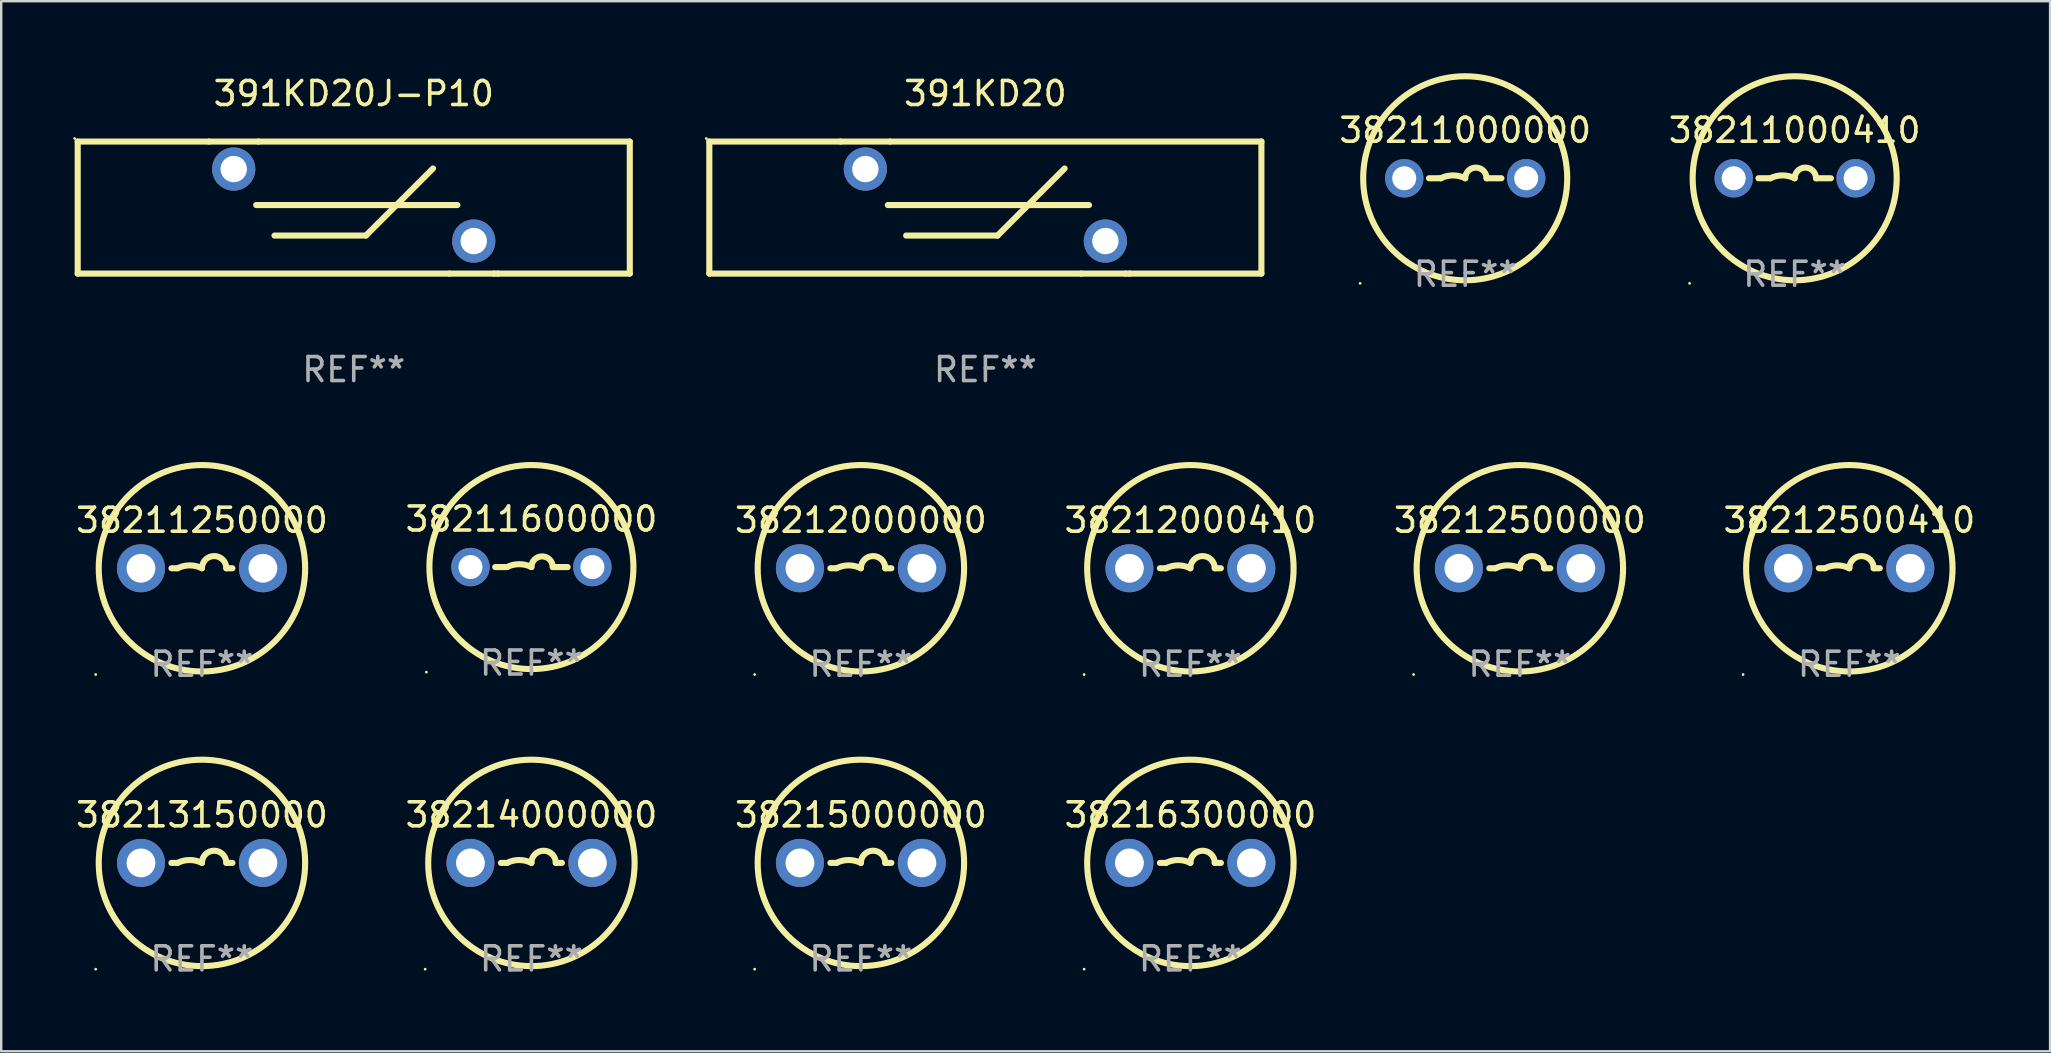
<source format=kicad_pcb>
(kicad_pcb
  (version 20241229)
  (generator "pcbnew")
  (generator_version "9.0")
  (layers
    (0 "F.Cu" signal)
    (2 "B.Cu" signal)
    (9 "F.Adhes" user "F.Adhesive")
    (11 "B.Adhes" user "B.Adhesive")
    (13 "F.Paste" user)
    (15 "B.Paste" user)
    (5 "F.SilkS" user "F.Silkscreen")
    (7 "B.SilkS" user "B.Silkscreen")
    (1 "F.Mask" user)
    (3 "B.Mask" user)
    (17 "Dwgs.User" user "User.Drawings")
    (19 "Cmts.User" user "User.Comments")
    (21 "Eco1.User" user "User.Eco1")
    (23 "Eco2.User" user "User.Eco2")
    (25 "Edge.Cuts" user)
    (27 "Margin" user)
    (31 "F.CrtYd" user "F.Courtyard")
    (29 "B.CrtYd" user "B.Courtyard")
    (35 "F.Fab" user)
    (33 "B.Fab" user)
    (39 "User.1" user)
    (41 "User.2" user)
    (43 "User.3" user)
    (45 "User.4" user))
  (footprint "391KD20J-P10"
    (layer "F.Cu")
    (at 11.687 5.598)
    (property "Reference" "391KD20J-P10" (at 0 -4.75 0) (layer "F.SilkS") (effects (font (size 1 1) (thickness 0.15))))
    (attr through_hole)
    (fp_line (start -11.5 -2.75) (end -6.031 -2.75) (stroke (width 0.254) (type solid)) (layer "F.SilkS"))
    (fp_line (start -11.5 2.75) (end -11.5 -2.75) (stroke (width 0.254) (type solid)) (layer "F.SilkS"))
    (fp_line (start -6.031 -2.75) (end -3.969 -2.75) (stroke (width 0.254) (type solid)) (layer "F.SilkS"))
    (fp_line (start -4.064 -0.105) (end 4.318 -0.105) (stroke (width 0.254) (type solid)) (layer "F.SilkS"))
    (fp_line (start -3.969 -2.75) (end 11.5 -2.75) (stroke (width 0.254) (type solid)) (layer "F.SilkS"))
    (fp_line (start -3.302 1.165) (end 0.508 1.165) (stroke (width 0.254) (type solid)) (layer "F.SilkS"))
    (fp_line (start 0.508 1.165) (end 3.302 -1.629) (stroke (width 0.254) (type solid)) (layer "F.SilkS"))
    (fp_line (start 3.991 2.75) (end -11.5 2.75) (stroke (width 0.254) (type solid)) (layer "F.SilkS"))
    (fp_line (start 3.991 2.75) (end 5.842 2.75) (stroke (width 0.254) (type solid)) (layer "F.SilkS"))
    (fp_line (start 5.842 2.75) (end 6.009 2.75) (stroke (width 0.254) (type solid)) (layer "F.SilkS"))
    (fp_line (start 11.5 -2.75) (end 11.5 2.75) (stroke (width 0.254) (type solid)) (layer "F.SilkS"))
    (fp_line (start 11.5 2.75) (end 6.009 2.75) (stroke (width 0.254) (type solid)) (layer "F.SilkS"))
    (fp_circle (center -11.627 -2.877) (end -11.597 -2.877) (stroke (width 0.06) (type solid)) (fill no) (layer "F.SilkS"))
    (fp_text user "REF**" (at 0 6.75 0) (layer "F.Fab") (effects (font (size 1 1) (thickness 0.15))))
    (pad "1" thru_hole circle (at -5 -1.605) (size 1.8 1.8) (drill 1.1) (layers "*.Cu" "*.Mask"))
    (pad "2" thru_hole circle (at 5 1.395) (size 1.8 1.8) (drill 1.1) (layers "*.Cu" "*.Mask")))
  (footprint "38211000000"
    (layer "F.Cu")
    (at 57.991 4.377)
    (property "Reference" "38211000000" (at 0 -2 0) (layer "F.SilkS") (effects (font (size 1 1) (thickness 0.15))))
    (attr through_hole)
    (fp_line (start -1.509 0) (end -1.016 0) (stroke (width 0.254) (type solid)) (layer "F.SilkS"))
    (fp_line (start 1.509 0) (end 0.889 0) (stroke (width 0.254) (type solid)) (layer "F.SilkS"))
    (fp_arc (start -1.016002 0) (mid -0.508001 -0.119923) (end 0 0) (stroke (width 0.254001) (type solid)) (layer "F.SilkS"))
    (fp_arc (start 0 0) (mid 0.444501 -0.444501) (end 0.889002 0) (stroke (width 0.254001) (type solid)) (layer "F.SilkS"))
    (fp_circle (center -4.377 4.377) (end -4.347 4.377) (stroke (width 0.06) (type solid)) (fill no) (layer "F.SilkS"))
    (fp_circle (center 0 0) (end 4.25 0) (stroke (width 0.254) (type solid)) (fill no) (layer "F.SilkS"))
    (fp_text user "REF**" (at 0 4 0) (layer "F.Fab") (effects (font (size 1 1) (thickness 0.15))))
    (pad "1" thru_hole circle (at -2.54 0) (size 1.6 1.6) (drill 1) (layers "*.Cu" "*.Mask"))
    (pad "2" thru_hole circle (at 2.54 0) (size 1.6 1.6) (drill 1) (layers "*.Cu" "*.Mask")))
  (footprint "38211000410"
    (layer "F.Cu")
    (at 71.717 4.377)
    (property "Reference" "38211000410" (at 0 -2 0) (layer "F.SilkS") (effects (font (size 1 1) (thickness 0.15))))
    (attr through_hole)
    (fp_line (start -1.509 0) (end -1.016 0) (stroke (width 0.254) (type solid)) (layer "F.SilkS"))
    (fp_line (start 1.509 0) (end 0.889 0) (stroke (width 0.254) (type solid)) (layer "F.SilkS"))
    (fp_arc (start -1.016002 0) (mid -0.508001 -0.119923) (end 0 0) (stroke (width 0.254001) (type solid)) (layer "F.SilkS"))
    (fp_arc (start 0 0) (mid 0.444501 -0.444501) (end 0.889002 0) (stroke (width 0.254001) (type solid)) (layer "F.SilkS"))
    (fp_circle (center -4.377 4.377) (end -4.347 4.377) (stroke (width 0.06) (type solid)) (fill no) (layer "F.SilkS"))
    (fp_circle (center 0 0) (end 4.25 0) (stroke (width 0.254) (type solid)) (fill no) (layer "F.SilkS"))
    (fp_text user "REF**" (at 0 4 0) (layer "F.Fab") (effects (font (size 1 1) (thickness 0.15))))
    (pad "1" thru_hole circle (at -2.54 0) (size 1.6 1.6) (drill 1) (layers "*.Cu" "*.Mask"))
    (pad "2" thru_hole circle (at 2.54 0) (size 1.6 1.6) (drill 1) (layers "*.Cu" "*.Mask")))
  (footprint "38212000000"
    (layer "F.Cu")
    (at 32.815 20.624)
    (property "Reference" "38212000000" (at 0 -2 0) (layer "F.SilkS") (effects (font (size 1 1) (thickness 0.15))))
    (attr through_hole)
    (fp_line (start -1.016 0) (end -1.27 0) (stroke (width 0.254) (type solid)) (layer "F.SilkS"))
    (fp_line (start 1.016 0) (end 1.27 0) (stroke (width 0.254) (type solid)) (layer "F.SilkS"))
    (fp_arc (start -1.016002 0) (mid -0.508001 -0.119923) (end 0 0) (stroke (width 0.254001) (type solid)) (layer "F.SilkS"))
    (fp_arc (start 0 0) (mid 0.508001 -0.508001) (end 1.016002 0) (stroke (width 0.254001) (type solid)) (layer "F.SilkS"))
    (fp_circle (center -4.427 4.427) (end -4.397 4.427) (stroke (width 0.06) (type solid)) (fill no) (layer "F.SilkS"))
    (fp_circle (center 0 0) (end 4.3 0) (stroke (width 0.254) (type solid)) (fill no) (layer "F.SilkS"))
    (fp_text user "REF**" (at 0 4 0) (layer "F.Fab") (effects (font (size 1 1) (thickness 0.15))))
    (pad "1" thru_hole circle (at -2.54 0) (size 2 2) (drill 1.2) (layers "*.Cu" "*.Mask"))
    (pad "2" thru_hole circle (at 2.54 0) (size 2 2) (drill 1.2) (layers "*.Cu" "*.Mask")))
  (footprint "38211250000"
    (layer "F.Cu")
    (at 5.363 20.624)
    (property "Reference" "38211250000" (at 0 -2 0) (layer "F.SilkS") (effects (font (size 1 1) (thickness 0.15))))
    (attr through_hole)
    (fp_line (start -1.016 0) (end -1.27 0) (stroke (width 0.254) (type solid)) (layer "F.SilkS"))
    (fp_line (start 1.016 0) (end 1.27 0) (stroke (width 0.254) (type solid)) (layer "F.SilkS"))
    (fp_arc (start -1.016002 0) (mid -0.508001 -0.119923) (end 0 0) (stroke (width 0.254001) (type solid)) (layer "F.SilkS"))
    (fp_arc (start 0 0) (mid 0.508001 -0.508001) (end 1.016002 0) (stroke (width 0.254001) (type solid)) (layer "F.SilkS"))
    (fp_circle (center -4.427 4.427) (end -4.397 4.427) (stroke (width 0.06) (type solid)) (fill no) (layer "F.SilkS"))
    (fp_circle (center 0 0) (end 4.3 0) (stroke (width 0.254) (type solid)) (fill no) (layer "F.SilkS"))
    (fp_text user "REF**" (at 0 4 0) (layer "F.Fab") (effects (font (size 1 1) (thickness 0.15))))
    (pad "1" thru_hole circle (at -2.54 0) (size 2 2) (drill 1.2) (layers "*.Cu" "*.Mask"))
    (pad "2" thru_hole circle (at 2.54 0) (size 2 2) (drill 1.2) (layers "*.Cu" "*.Mask")))
  (footprint "38215000000"
    (layer "F.Cu")
    (at 32.815 32.899)
    (property "Reference" "38215000000" (at 0 -2 0) (layer "F.SilkS") (effects (font (size 1 1) (thickness 0.15))))
    (attr through_hole)
    (fp_line (start -1.016 0) (end -1.27 0) (stroke (width 0.254) (type solid)) (layer "F.SilkS"))
    (fp_line (start 1.016 0) (end 1.27 0) (stroke (width 0.254) (type solid)) (layer "F.SilkS"))
    (fp_arc (start -1.016002 0) (mid -0.508001 -0.119923) (end 0 0) (stroke (width 0.254001) (type solid)) (layer "F.SilkS"))
    (fp_arc (start 0 0) (mid 0.508001 -0.508001) (end 1.016002 0) (stroke (width 0.254001) (type solid)) (layer "F.SilkS"))
    (fp_circle (center -4.427 4.427) (end -4.397 4.427) (stroke (width 0.06) (type solid)) (fill no) (layer "F.SilkS"))
    (fp_circle (center 0 0) (end 4.3 0) (stroke (width 0.254) (type solid)) (fill no) (layer "F.SilkS"))
    (fp_text user "REF**" (at 0 4 0) (layer "F.Fab") (effects (font (size 1 1) (thickness 0.15))))
    (pad "1" thru_hole circle (at -2.54 0) (size 2 2) (drill 1.2) (layers "*.Cu" "*.Mask"))
    (pad "2" thru_hole circle (at 2.54 0) (size 2 2) (drill 1.2) (layers "*.Cu" "*.Mask")))
  (footprint "38211600000"
    (layer "F.Cu")
    (at 19.089 20.574)
    (property "Reference" "38211600000" (at 0 -2 0) (layer "F.SilkS") (effects (font (size 1 1) (thickness 0.15))))
    (attr through_hole)
    (fp_line (start -1.509 0) (end -1.016 0) (stroke (width 0.254) (type solid)) (layer "F.SilkS"))
    (fp_line (start 1.509 0) (end 0.889 0) (stroke (width 0.254) (type solid)) (layer "F.SilkS"))
    (fp_arc (start -1.016002 0) (mid -0.508001 -0.119923) (end 0 0) (stroke (width 0.254001) (type solid)) (layer "F.SilkS"))
    (fp_arc (start 0 0) (mid 0.444501 -0.444501) (end 0.889002 0) (stroke (width 0.254001) (type solid)) (layer "F.SilkS"))
    (fp_circle (center -4.377 4.377) (end -4.347 4.377) (stroke (width 0.06) (type solid)) (fill no) (layer "F.SilkS"))
    (fp_circle (center 0 0) (end 4.25 0) (stroke (width 0.254) (type solid)) (fill no) (layer "F.SilkS"))
    (fp_text user "REF**" (at 0 4 0) (layer "F.Fab") (effects (font (size 1 1) (thickness 0.15))))
    (pad "1" thru_hole circle (at -2.54 0) (size 1.6 1.6) (drill 1) (layers "*.Cu" "*.Mask"))
    (pad "2" thru_hole circle (at 2.54 0) (size 1.6 1.6) (drill 1) (layers "*.Cu" "*.Mask")))
  (footprint "38212000410"
    (layer "F.Cu")
    (at 46.542 20.624)
    (property "Reference" "38212000410" (at 0 -2 0) (layer "F.SilkS") (effects (font (size 1 1) (thickness 0.15))))
    (attr through_hole)
    (fp_line (start -1.016 0) (end -1.27 0) (stroke (width 0.254) (type solid)) (layer "F.SilkS"))
    (fp_line (start 1.016 0) (end 1.27 0) (stroke (width 0.254) (type solid)) (layer "F.SilkS"))
    (fp_arc (start -1.016002 0) (mid -0.508001 -0.119923) (end 0 0) (stroke (width 0.254001) (type solid)) (layer "F.SilkS"))
    (fp_arc (start 0 0) (mid 0.508001 -0.508001) (end 1.016002 0) (stroke (width 0.254001) (type solid)) (layer "F.SilkS"))
    (fp_circle (center -4.427 4.427) (end -4.397 4.427) (stroke (width 0.06) (type solid)) (fill no) (layer "F.SilkS"))
    (fp_circle (center 0 0) (end 4.3 0) (stroke (width 0.254) (type solid)) (fill no) (layer "F.SilkS"))
    (fp_text user "REF**" (at 0 4 0) (layer "F.Fab") (effects (font (size 1 1) (thickness 0.15))))
    (pad "1" thru_hole circle (at -2.54 0) (size 2 2) (drill 1.2) (layers "*.Cu" "*.Mask"))
    (pad "2" thru_hole circle (at 2.54 0) (size 2 2) (drill 1.2) (layers "*.Cu" "*.Mask")))
  (footprint "38216300000"
    (layer "F.Cu")
    (at 46.542 32.899)
    (property "Reference" "38216300000" (at 0 -2 0) (layer "F.SilkS") (effects (font (size 1 1) (thickness 0.15))))
    (attr through_hole)
    (fp_line (start -1.016 0) (end -1.27 0) (stroke (width 0.254) (type solid)) (layer "F.SilkS"))
    (fp_line (start 1.016 0) (end 1.27 0) (stroke (width 0.254) (type solid)) (layer "F.SilkS"))
    (fp_arc (start -1.016002 0) (mid -0.508001 -0.119923) (end 0 0) (stroke (width 0.254001) (type solid)) (layer "F.SilkS"))
    (fp_arc (start 0 0) (mid 0.508001 -0.508001) (end 1.016002 0) (stroke (width 0.254001) (type solid)) (layer "F.SilkS"))
    (fp_circle (center -4.427 4.427) (end -4.397 4.427) (stroke (width 0.06) (type solid)) (fill no) (layer "F.SilkS"))
    (fp_circle (center 0 0) (end 4.3 0) (stroke (width 0.254) (type solid)) (fill no) (layer "F.SilkS"))
    (fp_text user "REF**" (at 0 4 0) (layer "F.Fab") (effects (font (size 1 1) (thickness 0.15))))
    (pad "1" thru_hole circle (at -2.54 0) (size 2 2) (drill 1.2) (layers "*.Cu" "*.Mask"))
    (pad "2" thru_hole circle (at 2.54 0) (size 2 2) (drill 1.2) (layers "*.Cu" "*.Mask")))
  (footprint "38212500000"
    (layer "F.Cu")
    (at 60.268 20.624)
    (property "Reference" "38212500000" (at 0 -2 0) (layer "F.SilkS") (effects (font (size 1 1) (thickness 0.15))))
    (attr through_hole)
    (fp_line (start -1.016 0) (end -1.27 0) (stroke (width 0.254) (type solid)) (layer "F.SilkS"))
    (fp_line (start 1.016 0) (end 1.27 0) (stroke (width 0.254) (type solid)) (layer "F.SilkS"))
    (fp_arc (start -1.016002 0) (mid -0.508001 -0.119923) (end 0 0) (stroke (width 0.254001) (type solid)) (layer "F.SilkS"))
    (fp_arc (start 0 0) (mid 0.508001 -0.508001) (end 1.016002 0) (stroke (width 0.254001) (type solid)) (layer "F.SilkS"))
    (fp_circle (center -4.427 4.427) (end -4.397 4.427) (stroke (width 0.06) (type solid)) (fill no) (layer "F.SilkS"))
    (fp_circle (center 0 0) (end 4.3 0) (stroke (width 0.254) (type solid)) (fill no) (layer "F.SilkS"))
    (fp_text user "REF**" (at 0 4 0) (layer "F.Fab") (effects (font (size 1 1) (thickness 0.15))))
    (pad "1" thru_hole circle (at -2.54 0) (size 2 2) (drill 1.2) (layers "*.Cu" "*.Mask"))
    (pad "2" thru_hole circle (at 2.54 0) (size 2 2) (drill 1.2) (layers "*.Cu" "*.Mask")))
  (footprint "38213150000"
    (layer "F.Cu")
    (at 5.363 32.899)
    (property "Reference" "38213150000" (at 0 -2 0) (layer "F.SilkS") (effects (font (size 1 1) (thickness 0.15))))
    (attr through_hole)
    (fp_line (start -1.016 0) (end -1.27 0) (stroke (width 0.254) (type solid)) (layer "F.SilkS"))
    (fp_line (start 1.016 0) (end 1.27 0) (stroke (width 0.254) (type solid)) (layer "F.SilkS"))
    (fp_arc (start -1.016002 0) (mid -0.508001 -0.119923) (end 0 0) (stroke (width 0.254001) (type solid)) (layer "F.SilkS"))
    (fp_arc (start 0 0) (mid 0.508001 -0.508001) (end 1.016002 0) (stroke (width 0.254001) (type solid)) (layer "F.SilkS"))
    (fp_circle (center -4.427 4.427) (end -4.397 4.427) (stroke (width 0.06) (type solid)) (fill no) (layer "F.SilkS"))
    (fp_circle (center 0 0) (end 4.3 0) (stroke (width 0.254) (type solid)) (fill no) (layer "F.SilkS"))
    (fp_text user "REF**" (at 0 4 0) (layer "F.Fab") (effects (font (size 1 1) (thickness 0.15))))
    (pad "1" thru_hole circle (at -2.54 0) (size 2 2) (drill 1.2) (layers "*.Cu" "*.Mask"))
    (pad "2" thru_hole circle (at 2.54 0) (size 2 2) (drill 1.2) (layers "*.Cu" "*.Mask")))
  (footprint "38212500410"
    (layer "F.Cu")
    (at 73.994 20.624)
    (property "Reference" "38212500410" (at 0 -2 0) (layer "F.SilkS") (effects (font (size 1 1) (thickness 0.15))))
    (attr through_hole)
    (fp_line (start -1.016 0) (end -1.27 0) (stroke (width 0.254) (type solid)) (layer "F.SilkS"))
    (fp_line (start 1.016 0) (end 1.27 0) (stroke (width 0.254) (type solid)) (layer "F.SilkS"))
    (fp_arc (start -1.016002 0) (mid -0.508001 -0.119923) (end 0 0) (stroke (width 0.254001) (type solid)) (layer "F.SilkS"))
    (fp_arc (start 0 0) (mid 0.508001 -0.508001) (end 1.016002 0) (stroke (width 0.254001) (type solid)) (layer "F.SilkS"))
    (fp_circle (center -4.427 4.427) (end -4.397 4.427) (stroke (width 0.06) (type solid)) (fill no) (layer "F.SilkS"))
    (fp_circle (center 0 0) (end 4.3 0) (stroke (width 0.254) (type solid)) (fill no) (layer "F.SilkS"))
    (fp_text user "REF**" (at 0 4 0) (layer "F.Fab") (effects (font (size 1 1) (thickness 0.15))))
    (pad "1" thru_hole circle (at -2.54 0) (size 2 2) (drill 1.2) (layers "*.Cu" "*.Mask"))
    (pad "2" thru_hole circle (at 2.54 0) (size 2 2) (drill 1.2) (layers "*.Cu" "*.Mask")))
  (footprint "38214000000"
    (layer "F.Cu")
    (at 19.089 32.899)
    (property "Reference" "38214000000" (at 0 -2 0) (layer "F.SilkS") (effects (font (size 1 1) (thickness 0.15))))
    (attr through_hole)
    (fp_line (start -1.016 0) (end -1.27 0) (stroke (width 0.254) (type solid)) (layer "F.SilkS"))
    (fp_line (start 1.016 0) (end 1.27 0) (stroke (width 0.254) (type solid)) (layer "F.SilkS"))
    (fp_arc (start -1.016002 0) (mid -0.508001 -0.119923) (end 0 0) (stroke (width 0.254001) (type solid)) (layer "F.SilkS"))
    (fp_arc (start 0 0) (mid 0.508001 -0.508001) (end 1.016002 0) (stroke (width 0.254001) (type solid)) (layer "F.SilkS"))
    (fp_circle (center -4.427 4.427) (end -4.397 4.427) (stroke (width 0.06) (type solid)) (fill no) (layer "F.SilkS"))
    (fp_circle (center 0 0) (end 4.3 0) (stroke (width 0.254) (type solid)) (fill no) (layer "F.SilkS"))
    (fp_text user "REF**" (at 0 4 0) (layer "F.Fab") (effects (font (size 1 1) (thickness 0.15))))
    (pad "1" thru_hole circle (at -2.54 0) (size 2 2) (drill 1.2) (layers "*.Cu" "*.Mask"))
    (pad "2" thru_hole circle (at 2.54 0) (size 2 2) (drill 1.2) (layers "*.Cu" "*.Mask")))
  (footprint "391KD20"
    (layer "F.Cu")
    (at 38.001 5.598)
    (property "Reference" "391KD20" (at 0 -4.75 0) (layer "F.SilkS") (effects (font (size 1 1) (thickness 0.15))))
    (attr through_hole)
    (fp_line (start -11.5 -2.75) (end -6.031 -2.75) (stroke (width 0.254) (type solid)) (layer "F.SilkS"))
    (fp_line (start -11.5 2.75) (end -11.5 -2.75) (stroke (width 0.254) (type solid)) (layer "F.SilkS"))
    (fp_line (start -6.031 -2.75) (end -3.969 -2.75) (stroke (width 0.254) (type solid)) (layer "F.SilkS"))
    (fp_line (start -4.064 -0.105) (end 4.318 -0.105) (stroke (width 0.254) (type solid)) (layer "F.SilkS"))
    (fp_line (start -3.969 -2.75) (end 11.5 -2.75) (stroke (width 0.254) (type solid)) (layer "F.SilkS"))
    (fp_line (start -3.302 1.165) (end 0.508 1.165) (stroke (width 0.254) (type solid)) (layer "F.SilkS"))
    (fp_line (start 0.508 1.165) (end 3.302 -1.629) (stroke (width 0.254) (type solid)) (layer "F.SilkS"))
    (fp_line (start 3.991 2.75) (end -11.5 2.75) (stroke (width 0.254) (type solid)) (layer "F.SilkS"))
    (fp_line (start 3.991 2.75) (end 5.842 2.75) (stroke (width 0.254) (type solid)) (layer "F.SilkS"))
    (fp_line (start 5.842 2.75) (end 6.009 2.75) (stroke (width 0.254) (type solid)) (layer "F.SilkS"))
    (fp_line (start 11.5 -2.75) (end 11.5 2.75) (stroke (width 0.254) (type solid)) (layer "F.SilkS"))
    (fp_line (start 11.5 2.75) (end 6.009 2.75) (stroke (width 0.254) (type solid)) (layer "F.SilkS"))
    (fp_circle (center -11.627 -2.877) (end -11.597 -2.877) (stroke (width 0.06) (type solid)) (fill no) (layer "F.SilkS"))
    (fp_text user "REF**" (at 0 6.75 0) (layer "F.Fab") (effects (font (size 1 1) (thickness 0.15))))
    (pad "1" thru_hole circle (at -5 -1.605) (size 1.8 1.8) (drill 1.1) (layers "*.Cu" "*.Mask"))
    (pad "2" thru_hole circle (at 5 1.395) (size 1.8 1.8) (drill 1.1) (layers "*.Cu" "*.Mask")))
  (gr_rect
    (start -3 -3)
    (end 82.357 40.747)
    (stroke (width 0.1) (type default))
    (fill no)
    (layer "Edge.Cuts")))
</source>
